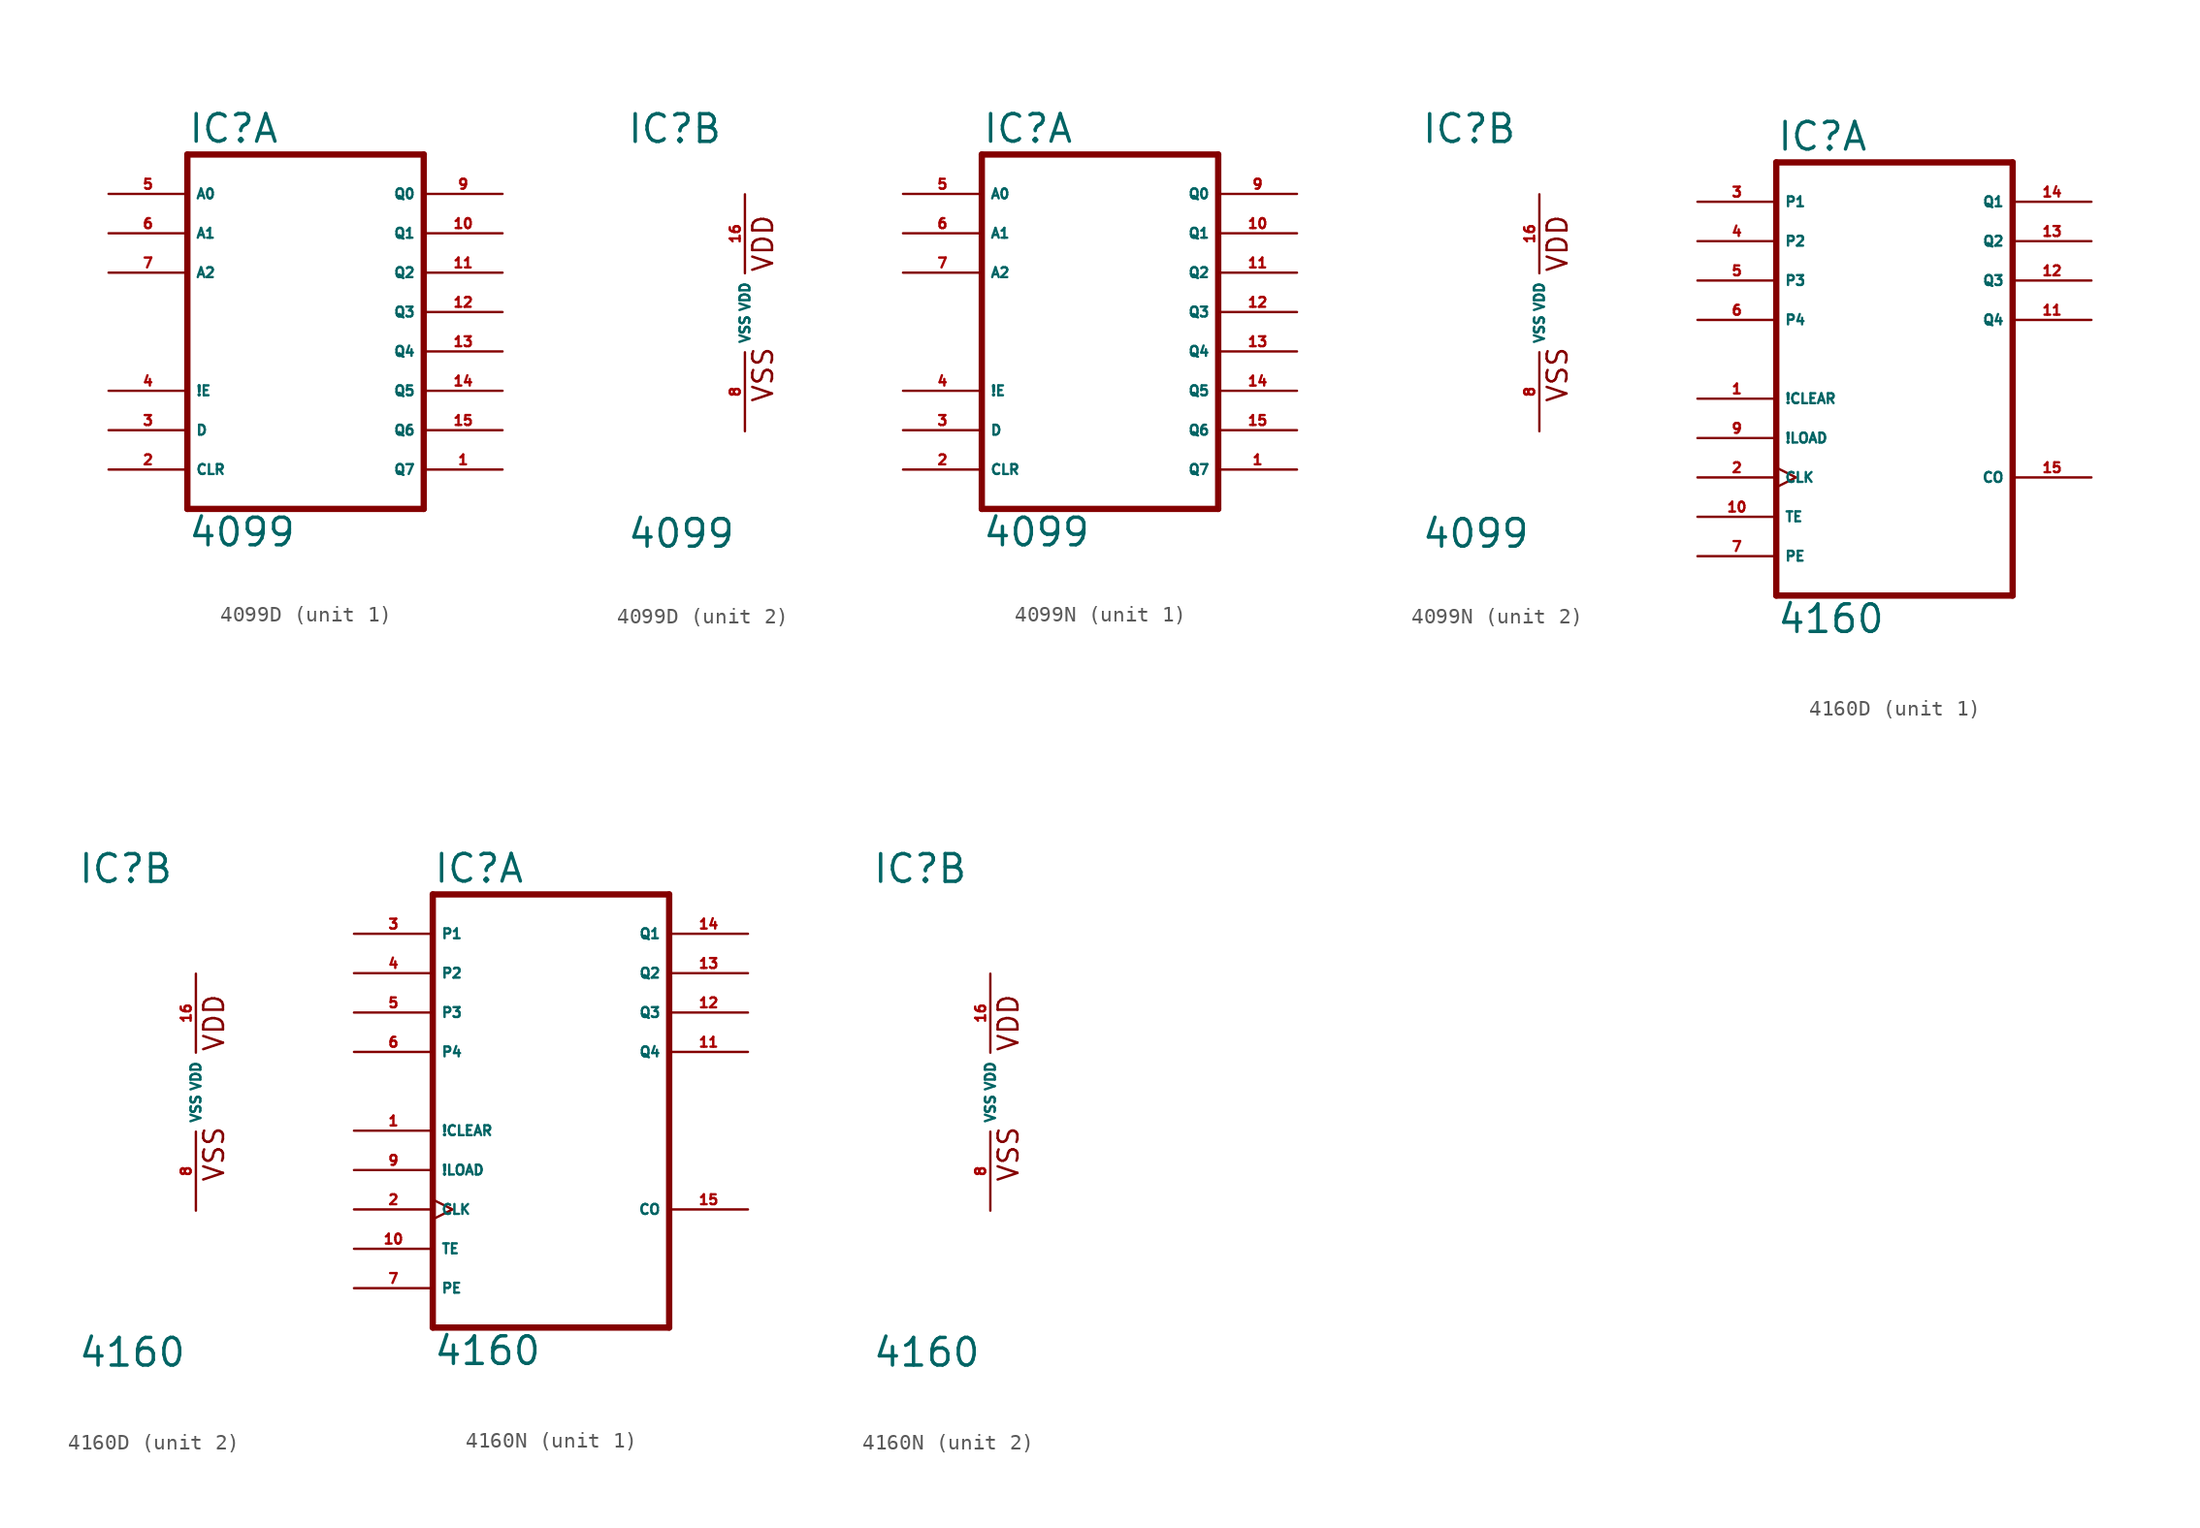
<source format=kicad_sym>
(kicad_symbol_lib
  (version 20220914)
  (generator Eagle2Kicad)
  (symbol "4099D"
    (property "Reference" "IC"
      (at -7.62 10.795 0)
      (effects (font (size 1.778 1.778) (thickness 0.22)) (justify left bottom)))
    (property "Value" "4099"
      (at -7.62 -15.24 0)
      (effects (font (size 1.778 1.778) (thickness 0.22)) (justify left bottom)))
    (symbol "4099D_1_0"
      (polyline (pts (xy -7.62 -12.7) (xy 7.62 -12.7)) (stroke (width 0.406) (type default)) (fill (type none)))
      (polyline (pts (xy 7.62 -12.7) (xy 7.62 10.16)) (stroke (width 0.406) (type default)) (fill (type none)))
      (polyline (pts (xy 7.62 10.16) (xy -7.62 10.16)) (stroke (width 0.406) (type default)) (fill (type none)))
      (polyline (pts (xy -7.62 10.16) (xy -7.62 -12.7)) (stroke (width 0.406) (type default)) (fill (type none)))
      (pin output line (at 12.7 -10.16 180) (length 5.08) (name "Q7" (effects (font (size 0.635 0.635) (thickness 0.08)) (justify left bottom))) (number "1" (effects (font (size 0.635 0.635) (thickness 0.08)) (justify left bottom))))
      (pin input line (at -12.7 -10.16 0) (length 5.08) (name "CLR" (effects (font (size 0.635 0.635) (thickness 0.08)) (justify left bottom))) (number "2" (effects (font (size 0.635 0.635) (thickness 0.08)) (justify left bottom))))
      (pin input line (at -12.7 -7.62 0) (length 5.08) (name "D" (effects (font (size 0.635 0.635) (thickness 0.08)) (justify left bottom))) (number "3" (effects (font (size 0.635 0.635) (thickness 0.08)) (justify left bottom))))
      (pin input line (at -12.7 -5.08 0) (length 5.08) (name "!E" (effects (font (size 0.635 0.635) (thickness 0.08)) (justify left bottom))) (number "4" (effects (font (size 0.635 0.635) (thickness 0.08)) (justify left bottom))))
      (pin input line (at -12.7 7.62 0) (length 5.08) (name "A0" (effects (font (size 0.635 0.635) (thickness 0.08)) (justify left bottom))) (number "5" (effects (font (size 0.635 0.635) (thickness 0.08)) (justify left bottom))))
      (pin input line (at -12.7 5.08 0) (length 5.08) (name "A1" (effects (font (size 0.635 0.635) (thickness 0.08)) (justify left bottom))) (number "6" (effects (font (size 0.635 0.635) (thickness 0.08)) (justify left bottom))))
      (pin input line (at -12.7 2.54 0) (length 5.08) (name "A2" (effects (font (size 0.635 0.635) (thickness 0.08)) (justify left bottom))) (number "7" (effects (font (size 0.635 0.635) (thickness 0.08)) (justify left bottom))))
      (pin output line (at 12.7 7.62 180) (length 5.08) (name "Q0" (effects (font (size 0.635 0.635) (thickness 0.08)) (justify left bottom))) (number "9" (effects (font (size 0.635 0.635) (thickness 0.08)) (justify left bottom))))
      (pin output line (at 12.7 5.08 180) (length 5.08) (name "Q1" (effects (font (size 0.635 0.635) (thickness 0.08)) (justify left bottom))) (number "10" (effects (font (size 0.635 0.635) (thickness 0.08)) (justify left bottom))))
      (pin output line (at 12.7 2.54 180) (length 5.08) (name "Q2" (effects (font (size 0.635 0.635) (thickness 0.08)) (justify left bottom))) (number "11" (effects (font (size 0.635 0.635) (thickness 0.08)) (justify left bottom))))
      (pin output line (at 12.7 0 180) (length 5.08) (name "Q3" (effects (font (size 0.635 0.635) (thickness 0.08)) (justify left bottom))) (number "12" (effects (font (size 0.635 0.635) (thickness 0.08)) (justify left bottom))))
      (pin output line (at 12.7 -2.54 180) (length 5.08) (name "Q4" (effects (font (size 0.635 0.635) (thickness 0.08)) (justify left bottom))) (number "13" (effects (font (size 0.635 0.635) (thickness 0.08)) (justify left bottom))))
      (pin output line (at 12.7 -5.08 180) (length 5.08) (name "Q5" (effects (font (size 0.635 0.635) (thickness 0.08)) (justify left bottom))) (number "14" (effects (font (size 0.635 0.635) (thickness 0.08)) (justify left bottom))))
      (pin output line (at 12.7 -7.62 180) (length 5.08) (name "Q6" (effects (font (size 0.635 0.635) (thickness 0.08)) (justify left bottom))) (number "15" (effects (font (size 0.635 0.635) (thickness 0.08)) (justify left bottom)))))
    (symbol "4099D_2_0"
      (text "VDD" (at 1.905 2.54 900) (effects (font (size 1.27 1.27) (thickness 0.16)) (justify left bottom)))
      (text "VSS" (at 1.905 -5.842 900) (effects (font (size 1.27 1.27) (thickness 0.16)) (justify left bottom)))
      (pin unspecified line (at 0 -7.62 90) (length 5.08) (name "VSS" (effects (font (size 0.635 0.635) (thickness 0.08)) (justify left bottom))) (number "8" (effects (font (size 0.635 0.635) (thickness 0.08)) (justify left bottom))))
      (pin unspecified line (at 0 7.62 270) (length 5.08) (name "VDD" (effects (font (size 0.635 0.635) (thickness 0.08)) (justify left bottom))) (number "16" (effects (font (size 0.635 0.635) (thickness 0.08)) (justify left bottom))))))
  (symbol "4099N"
    (property "Reference" "IC"
      (at -7.62 10.795 0)
      (effects (font (size 1.778 1.778) (thickness 0.22)) (justify left bottom)))
    (property "Value" "4099"
      (at -7.62 -15.24 0)
      (effects (font (size 1.778 1.778) (thickness 0.22)) (justify left bottom)))
    (symbol "4099N_1_0"
      (polyline (pts (xy -7.62 -12.7) (xy 7.62 -12.7)) (stroke (width 0.406) (type default)) (fill (type none)))
      (polyline (pts (xy 7.62 -12.7) (xy 7.62 10.16)) (stroke (width 0.406) (type default)) (fill (type none)))
      (polyline (pts (xy 7.62 10.16) (xy -7.62 10.16)) (stroke (width 0.406) (type default)) (fill (type none)))
      (polyline (pts (xy -7.62 10.16) (xy -7.62 -12.7)) (stroke (width 0.406) (type default)) (fill (type none)))
      (pin output line (at 12.7 -10.16 180) (length 5.08) (name "Q7" (effects (font (size 0.635 0.635) (thickness 0.08)) (justify left bottom))) (number "1" (effects (font (size 0.635 0.635) (thickness 0.08)) (justify left bottom))))
      (pin input line (at -12.7 -10.16 0) (length 5.08) (name "CLR" (effects (font (size 0.635 0.635) (thickness 0.08)) (justify left bottom))) (number "2" (effects (font (size 0.635 0.635) (thickness 0.08)) (justify left bottom))))
      (pin input line (at -12.7 -7.62 0) (length 5.08) (name "D" (effects (font (size 0.635 0.635) (thickness 0.08)) (justify left bottom))) (number "3" (effects (font (size 0.635 0.635) (thickness 0.08)) (justify left bottom))))
      (pin input line (at -12.7 -5.08 0) (length 5.08) (name "!E" (effects (font (size 0.635 0.635) (thickness 0.08)) (justify left bottom))) (number "4" (effects (font (size 0.635 0.635) (thickness 0.08)) (justify left bottom))))
      (pin input line (at -12.7 7.62 0) (length 5.08) (name "A0" (effects (font (size 0.635 0.635) (thickness 0.08)) (justify left bottom))) (number "5" (effects (font (size 0.635 0.635) (thickness 0.08)) (justify left bottom))))
      (pin input line (at -12.7 5.08 0) (length 5.08) (name "A1" (effects (font (size 0.635 0.635) (thickness 0.08)) (justify left bottom))) (number "6" (effects (font (size 0.635 0.635) (thickness 0.08)) (justify left bottom))))
      (pin input line (at -12.7 2.54 0) (length 5.08) (name "A2" (effects (font (size 0.635 0.635) (thickness 0.08)) (justify left bottom))) (number "7" (effects (font (size 0.635 0.635) (thickness 0.08)) (justify left bottom))))
      (pin output line (at 12.7 7.62 180) (length 5.08) (name "Q0" (effects (font (size 0.635 0.635) (thickness 0.08)) (justify left bottom))) (number "9" (effects (font (size 0.635 0.635) (thickness 0.08)) (justify left bottom))))
      (pin output line (at 12.7 5.08 180) (length 5.08) (name "Q1" (effects (font (size 0.635 0.635) (thickness 0.08)) (justify left bottom))) (number "10" (effects (font (size 0.635 0.635) (thickness 0.08)) (justify left bottom))))
      (pin output line (at 12.7 2.54 180) (length 5.08) (name "Q2" (effects (font (size 0.635 0.635) (thickness 0.08)) (justify left bottom))) (number "11" (effects (font (size 0.635 0.635) (thickness 0.08)) (justify left bottom))))
      (pin output line (at 12.7 0 180) (length 5.08) (name "Q3" (effects (font (size 0.635 0.635) (thickness 0.08)) (justify left bottom))) (number "12" (effects (font (size 0.635 0.635) (thickness 0.08)) (justify left bottom))))
      (pin output line (at 12.7 -2.54 180) (length 5.08) (name "Q4" (effects (font (size 0.635 0.635) (thickness 0.08)) (justify left bottom))) (number "13" (effects (font (size 0.635 0.635) (thickness 0.08)) (justify left bottom))))
      (pin output line (at 12.7 -5.08 180) (length 5.08) (name "Q5" (effects (font (size 0.635 0.635) (thickness 0.08)) (justify left bottom))) (number "14" (effects (font (size 0.635 0.635) (thickness 0.08)) (justify left bottom))))
      (pin output line (at 12.7 -7.62 180) (length 5.08) (name "Q6" (effects (font (size 0.635 0.635) (thickness 0.08)) (justify left bottom))) (number "15" (effects (font (size 0.635 0.635) (thickness 0.08)) (justify left bottom)))))
    (symbol "4099N_2_0"
      (text "VDD" (at 1.905 2.54 900) (effects (font (size 1.27 1.27) (thickness 0.16)) (justify left bottom)))
      (text "VSS" (at 1.905 -5.842 900) (effects (font (size 1.27 1.27) (thickness 0.16)) (justify left bottom)))
      (pin unspecified line (at 0 -7.62 90) (length 5.08) (name "VSS" (effects (font (size 0.635 0.635) (thickness 0.08)) (justify left bottom))) (number "8" (effects (font (size 0.635 0.635) (thickness 0.08)) (justify left bottom))))
      (pin unspecified line (at 0 7.62 270) (length 5.08) (name "VDD" (effects (font (size 0.635 0.635) (thickness 0.08)) (justify left bottom))) (number "16" (effects (font (size 0.635 0.635) (thickness 0.08)) (justify left bottom))))))
  (symbol "4160D"
    (property "Reference" "IC"
      (at -7.62 13.335 0)
      (effects (font (size 1.778 1.778) (thickness 0.22)) (justify left bottom)))
    (property "Value" "4160"
      (at -7.62 -17.78 0)
      (effects (font (size 1.778 1.778) (thickness 0.22)) (justify left bottom)))
    (symbol "4160D_1_0"
      (polyline (pts (xy -7.62 -15.24) (xy 7.62 -15.24)) (stroke (width 0.406) (type default)) (fill (type none)))
      (polyline (pts (xy 7.62 -15.24) (xy 7.62 12.7)) (stroke (width 0.406) (type default)) (fill (type none)))
      (polyline (pts (xy 7.62 12.7) (xy -7.62 12.7)) (stroke (width 0.406) (type default)) (fill (type none)))
      (polyline (pts (xy -7.62 12.7) (xy -7.62 -15.24)) (stroke (width 0.406) (type default)) (fill (type none)))
      (pin input line (at -12.7 -2.54 0) (length 5.08) (name "!CLEAR" (effects (font (size 0.635 0.635) (thickness 0.08)) (justify left bottom))) (number "1" (effects (font (size 0.635 0.635) (thickness 0.08)) (justify left bottom))))
      (pin output line (at 12.7 2.54 180) (length 5.08) (name "Q4" (effects (font (size 0.635 0.635) (thickness 0.08)) (justify left bottom))) (number "11" (effects (font (size 0.635 0.635) (thickness 0.08)) (justify left bottom))))
      (pin input line (at -12.7 2.54 0) (length 5.08) (name "P4" (effects (font (size 0.635 0.635) (thickness 0.08)) (justify left bottom))) (number "6" (effects (font (size 0.635 0.635) (thickness 0.08)) (justify left bottom))))
      (pin input line (at -12.7 10.16 0) (length 5.08) (name "P1" (effects (font (size 0.635 0.635) (thickness 0.08)) (justify left bottom))) (number "3" (effects (font (size 0.635 0.635) (thickness 0.08)) (justify left bottom))))
      (pin input line (at -12.7 -5.08 0) (length 5.08) (name "!LOAD" (effects (font (size 0.635 0.635) (thickness 0.08)) (justify left bottom))) (number "9" (effects (font (size 0.635 0.635) (thickness 0.08)) (justify left bottom))))
      (pin output line (at 12.7 10.16 180) (length 5.08) (name "Q1" (effects (font (size 0.635 0.635) (thickness 0.08)) (justify left bottom))) (number "14" (effects (font (size 0.635 0.635) (thickness 0.08)) (justify left bottom))))
      (pin output line (at 12.7 -7.62 180) (length 5.08) (name "CO" (effects (font (size 0.635 0.635) (thickness 0.08)) (justify left bottom))) (number "15" (effects (font (size 0.635 0.635) (thickness 0.08)) (justify left bottom))))
      (pin input line (at -12.7 -10.16 0) (length 5.08) (name "TE" (effects (font (size 0.635 0.635) (thickness 0.08)) (justify left bottom))) (number "10" (effects (font (size 0.635 0.635) (thickness 0.08)) (justify left bottom))))
      (pin input line (at -12.7 -12.7 0) (length 5.08) (name "PE" (effects (font (size 0.635 0.635) (thickness 0.08)) (justify left bottom))) (number "7" (effects (font (size 0.635 0.635) (thickness 0.08)) (justify left bottom))))
      (pin output line (at 12.7 7.62 180) (length 5.08) (name "Q2" (effects (font (size 0.635 0.635) (thickness 0.08)) (justify left bottom))) (number "13" (effects (font (size 0.635 0.635) (thickness 0.08)) (justify left bottom))))
      (pin input line (at -12.7 7.62 0) (length 5.08) (name "P2" (effects (font (size 0.635 0.635) (thickness 0.08)) (justify left bottom))) (number "4" (effects (font (size 0.635 0.635) (thickness 0.08)) (justify left bottom))))
      (pin input line (at -12.7 5.08 0) (length 5.08) (name "P3" (effects (font (size 0.635 0.635) (thickness 0.08)) (justify left bottom))) (number "5" (effects (font (size 0.635 0.635) (thickness 0.08)) (justify left bottom))))
      (pin output line (at 12.7 5.08 180) (length 5.08) (name "Q3" (effects (font (size 0.635 0.635) (thickness 0.08)) (justify left bottom))) (number "12" (effects (font (size 0.635 0.635) (thickness 0.08)) (justify left bottom))))
      (pin input clock (at -12.7 -7.62 0) (length 5.08) (name "CLK" (effects (font (size 0.635 0.635) (thickness 0.08)) (justify left bottom))) (number "2" (effects (font (size 0.635 0.635) (thickness 0.08)) (justify left bottom)))))
    (symbol "4160D_2_0"
      (text "VDD" (at 1.905 2.54 900) (effects (font (size 1.27 1.27) (thickness 0.16)) (justify left bottom)))
      (text "VSS" (at 1.905 -5.842 900) (effects (font (size 1.27 1.27) (thickness 0.16)) (justify left bottom)))
      (pin unspecified line (at 0 -7.62 90) (length 5.08) (name "VSS" (effects (font (size 0.635 0.635) (thickness 0.08)) (justify left bottom))) (number "8" (effects (font (size 0.635 0.635) (thickness 0.08)) (justify left bottom))))
      (pin unspecified line (at 0 7.62 270) (length 5.08) (name "VDD" (effects (font (size 0.635 0.635) (thickness 0.08)) (justify left bottom))) (number "16" (effects (font (size 0.635 0.635) (thickness 0.08)) (justify left bottom))))))
  (symbol "4160N"
    (property "Reference" "IC"
      (at -7.62 13.335 0)
      (effects (font (size 1.778 1.778) (thickness 0.22)) (justify left bottom)))
    (property "Value" "4160"
      (at -7.62 -17.78 0)
      (effects (font (size 1.778 1.778) (thickness 0.22)) (justify left bottom)))
    (symbol "4160N_1_0"
      (polyline (pts (xy -7.62 -15.24) (xy 7.62 -15.24)) (stroke (width 0.406) (type default)) (fill (type none)))
      (polyline (pts (xy 7.62 -15.24) (xy 7.62 12.7)) (stroke (width 0.406) (type default)) (fill (type none)))
      (polyline (pts (xy 7.62 12.7) (xy -7.62 12.7)) (stroke (width 0.406) (type default)) (fill (type none)))
      (polyline (pts (xy -7.62 12.7) (xy -7.62 -15.24)) (stroke (width 0.406) (type default)) (fill (type none)))
      (pin input line (at -12.7 -2.54 0) (length 5.08) (name "!CLEAR" (effects (font (size 0.635 0.635) (thickness 0.08)) (justify left bottom))) (number "1" (effects (font (size 0.635 0.635) (thickness 0.08)) (justify left bottom))))
      (pin output line (at 12.7 2.54 180) (length 5.08) (name "Q4" (effects (font (size 0.635 0.635) (thickness 0.08)) (justify left bottom))) (number "11" (effects (font (size 0.635 0.635) (thickness 0.08)) (justify left bottom))))
      (pin input line (at -12.7 2.54 0) (length 5.08) (name "P4" (effects (font (size 0.635 0.635) (thickness 0.08)) (justify left bottom))) (number "6" (effects (font (size 0.635 0.635) (thickness 0.08)) (justify left bottom))))
      (pin input line (at -12.7 10.16 0) (length 5.08) (name "P1" (effects (font (size 0.635 0.635) (thickness 0.08)) (justify left bottom))) (number "3" (effects (font (size 0.635 0.635) (thickness 0.08)) (justify left bottom))))
      (pin input line (at -12.7 -5.08 0) (length 5.08) (name "!LOAD" (effects (font (size 0.635 0.635) (thickness 0.08)) (justify left bottom))) (number "9" (effects (font (size 0.635 0.635) (thickness 0.08)) (justify left bottom))))
      (pin output line (at 12.7 10.16 180) (length 5.08) (name "Q1" (effects (font (size 0.635 0.635) (thickness 0.08)) (justify left bottom))) (number "14" (effects (font (size 0.635 0.635) (thickness 0.08)) (justify left bottom))))
      (pin output line (at 12.7 -7.62 180) (length 5.08) (name "CO" (effects (font (size 0.635 0.635) (thickness 0.08)) (justify left bottom))) (number "15" (effects (font (size 0.635 0.635) (thickness 0.08)) (justify left bottom))))
      (pin input line (at -12.7 -10.16 0) (length 5.08) (name "TE" (effects (font (size 0.635 0.635) (thickness 0.08)) (justify left bottom))) (number "10" (effects (font (size 0.635 0.635) (thickness 0.08)) (justify left bottom))))
      (pin input line (at -12.7 -12.7 0) (length 5.08) (name "PE" (effects (font (size 0.635 0.635) (thickness 0.08)) (justify left bottom))) (number "7" (effects (font (size 0.635 0.635) (thickness 0.08)) (justify left bottom))))
      (pin output line (at 12.7 7.62 180) (length 5.08) (name "Q2" (effects (font (size 0.635 0.635) (thickness 0.08)) (justify left bottom))) (number "13" (effects (font (size 0.635 0.635) (thickness 0.08)) (justify left bottom))))
      (pin input line (at -12.7 7.62 0) (length 5.08) (name "P2" (effects (font (size 0.635 0.635) (thickness 0.08)) (justify left bottom))) (number "4" (effects (font (size 0.635 0.635) (thickness 0.08)) (justify left bottom))))
      (pin input line (at -12.7 5.08 0) (length 5.08) (name "P3" (effects (font (size 0.635 0.635) (thickness 0.08)) (justify left bottom))) (number "5" (effects (font (size 0.635 0.635) (thickness 0.08)) (justify left bottom))))
      (pin output line (at 12.7 5.08 180) (length 5.08) (name "Q3" (effects (font (size 0.635 0.635) (thickness 0.08)) (justify left bottom))) (number "12" (effects (font (size 0.635 0.635) (thickness 0.08)) (justify left bottom))))
      (pin input clock (at -12.7 -7.62 0) (length 5.08) (name "CLK" (effects (font (size 0.635 0.635) (thickness 0.08)) (justify left bottom))) (number "2" (effects (font (size 0.635 0.635) (thickness 0.08)) (justify left bottom)))))
    (symbol "4160N_2_0"
      (text "VDD" (at 1.905 2.54 900) (effects (font (size 1.27 1.27) (thickness 0.16)) (justify left bottom)))
      (text "VSS" (at 1.905 -5.842 900) (effects (font (size 1.27 1.27) (thickness 0.16)) (justify left bottom)))
      (pin unspecified line (at 0 -7.62 90) (length 5.08) (name "VSS" (effects (font (size 0.635 0.635) (thickness 0.08)) (justify left bottom))) (number "8" (effects (font (size 0.635 0.635) (thickness 0.08)) (justify left bottom))))
      (pin unspecified line (at 0 7.62 270) (length 5.08) (name "VDD" (effects (font (size 0.635 0.635) (thickness 0.08)) (justify left bottom))) (number "16" (effects (font (size 0.635 0.635) (thickness 0.08)) (justify left bottom)))))))
</source>
